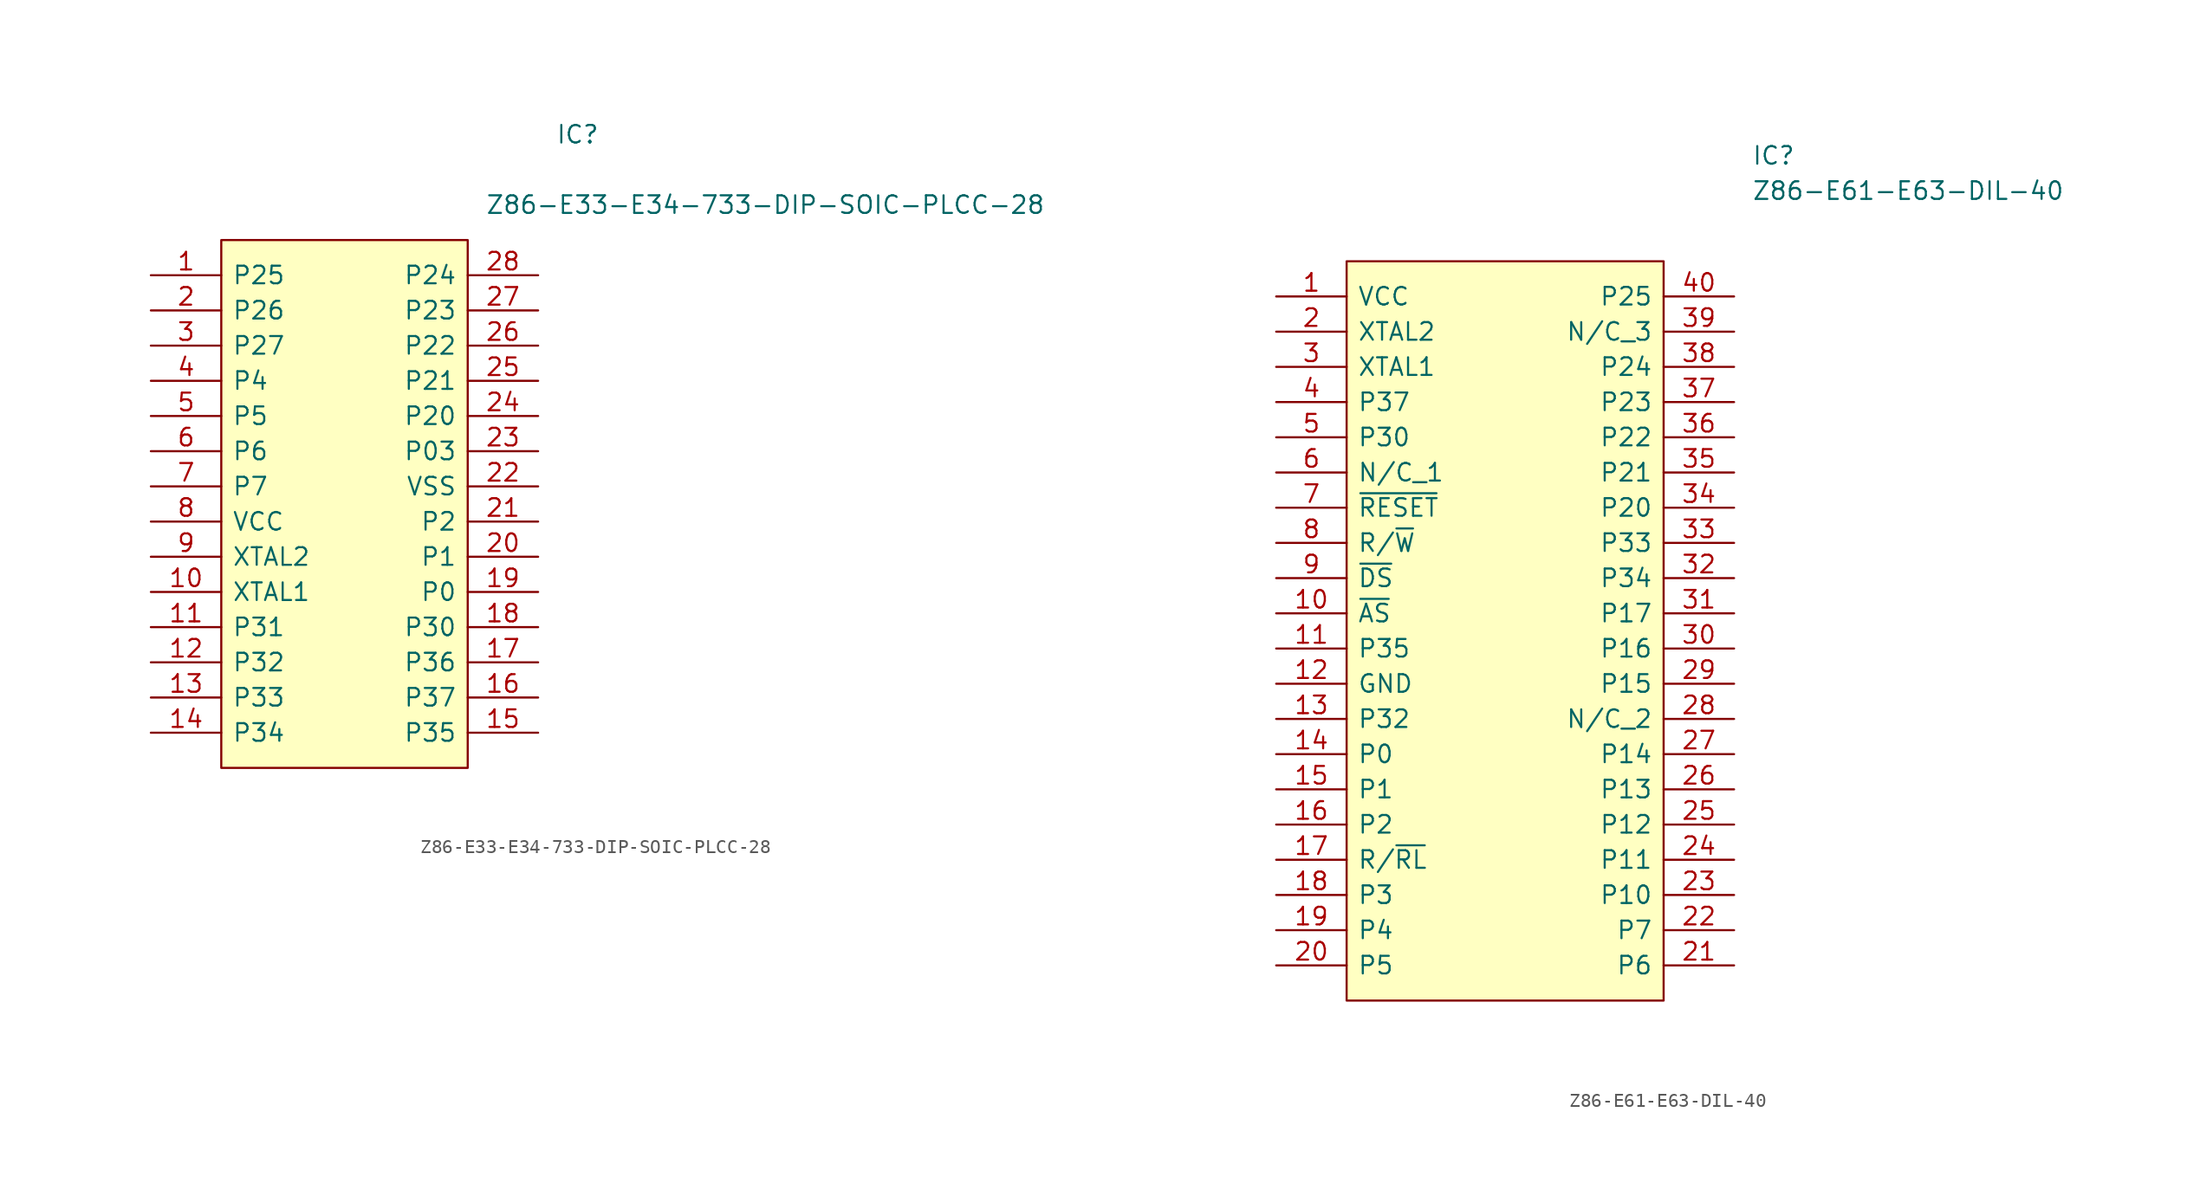
<source format=kicad_sym>
(kicad_symbol_lib
  (version 20211014)
  (generator kicad_symbol_editor)
  (symbol "Z86-E33-E34-733-DIP-SOIC-PLCC-28"
    (pin_names
      (offset 0.762))
    (property "Reference" "IC"
      (at 24.13 7.62 0)
      (effects (font (size 1.27 1.27)) (justify left)))
    (property "Value" "Z86-E33-E34-733-DIP-SOIC-PLCC-28"
      (at 19.05 2.54 0)
      (effects (font (size 1.27 1.27)) (justify left)))
    (symbol "Z86-E33-E34-733-DIP-SOIC-PLCC-28_0_0"
      (pin bidirectional line (at -5.08 -2.54 0) (length 5.08) (name "P25" (effects (font (size 1.27 1.27)))) (number "1" (effects (font (size 1.27 1.27)))))
      (pin bidirectional line (at -5.08 -25.4 0) (length 5.08) (name "XTAL1" (effects (font (size 1.27 1.27)))) (number "10" (effects (font (size 1.27 1.27)))))
      (pin bidirectional line (at -5.08 -27.94 0) (length 5.08) (name "P31" (effects (font (size 1.27 1.27)))) (number "11" (effects (font (size 1.27 1.27)))))
      (pin bidirectional line (at -5.08 -30.48 0) (length 5.08) (name "P32" (effects (font (size 1.27 1.27)))) (number "12" (effects (font (size 1.27 1.27)))))
      (pin bidirectional line (at -5.08 -33.02 0) (length 5.08) (name "P33" (effects (font (size 1.27 1.27)))) (number "13" (effects (font (size 1.27 1.27)))))
      (pin bidirectional line (at -5.08 -35.56 0) (length 5.08) (name "P34" (effects (font (size 1.27 1.27)))) (number "14" (effects (font (size 1.27 1.27)))))
      (pin bidirectional line (at 22.86 -35.56 180) (length 5.08) (name "P35" (effects (font (size 1.27 1.27)))) (number "15" (effects (font (size 1.27 1.27)))))
      (pin bidirectional line (at 22.86 -33.02 180) (length 5.08) (name "P37" (effects (font (size 1.27 1.27)))) (number "16" (effects (font (size 1.27 1.27)))))
      (pin bidirectional line (at 22.86 -30.48 180) (length 5.08) (name "P36" (effects (font (size 1.27 1.27)))) (number "17" (effects (font (size 1.27 1.27)))))
      (pin bidirectional line (at 22.86 -27.94 180) (length 5.08) (name "P30" (effects (font (size 1.27 1.27)))) (number "18" (effects (font (size 1.27 1.27)))))
      (pin bidirectional line (at 22.86 -25.4 180) (length 5.08) (name "P0" (effects (font (size 1.27 1.27)))) (number "19" (effects (font (size 1.27 1.27)))))
      (pin bidirectional line (at -5.08 -5.08 0) (length 5.08) (name "P26" (effects (font (size 1.27 1.27)))) (number "2" (effects (font (size 1.27 1.27)))))
      (pin bidirectional line (at 22.86 -22.86 180) (length 5.08) (name "P1" (effects (font (size 1.27 1.27)))) (number "20" (effects (font (size 1.27 1.27)))))
      (pin bidirectional line (at 22.86 -20.32 180) (length 5.08) (name "P2" (effects (font (size 1.27 1.27)))) (number "21" (effects (font (size 1.27 1.27)))))
      (pin bidirectional line (at 22.86 -17.78 180) (length 5.08) (name "VSS" (effects (font (size 1.27 1.27)))) (number "22" (effects (font (size 1.27 1.27)))))
      (pin bidirectional line (at 22.86 -15.24 180) (length 5.08) (name "P03" (effects (font (size 1.27 1.27)))) (number "23" (effects (font (size 1.27 1.27)))))
      (pin bidirectional line (at 22.86 -12.7 180) (length 5.08) (name "P20" (effects (font (size 1.27 1.27)))) (number "24" (effects (font (size 1.27 1.27)))))
      (pin bidirectional line (at 22.86 -10.16 180) (length 5.08) (name "P21" (effects (font (size 1.27 1.27)))) (number "25" (effects (font (size 1.27 1.27)))))
      (pin bidirectional line (at 22.86 -7.62 180) (length 5.08) (name "P22" (effects (font (size 1.27 1.27)))) (number "26" (effects (font (size 1.27 1.27)))))
      (pin bidirectional line (at 22.86 -5.08 180) (length 5.08) (name "P23" (effects (font (size 1.27 1.27)))) (number "27" (effects (font (size 1.27 1.27)))))
      (pin bidirectional line (at 22.86 -2.54 180) (length 5.08) (name "P24" (effects (font (size 1.27 1.27)))) (number "28" (effects (font (size 1.27 1.27)))))
      (pin bidirectional line (at -5.08 -7.62 0) (length 5.08) (name "P27" (effects (font (size 1.27 1.27)))) (number "3" (effects (font (size 1.27 1.27)))))
      (pin bidirectional line (at -5.08 -10.16 0) (length 5.08) (name "P4" (effects (font (size 1.27 1.27)))) (number "4" (effects (font (size 1.27 1.27)))))
      (pin bidirectional line (at -5.08 -12.7 0) (length 5.08) (name "P5" (effects (font (size 1.27 1.27)))) (number "5" (effects (font (size 1.27 1.27)))))
      (pin bidirectional line (at -5.08 -15.24 0) (length 5.08) (name "P6" (effects (font (size 1.27 1.27)))) (number "6" (effects (font (size 1.27 1.27)))))
      (pin bidirectional line (at -5.08 -17.78 0) (length 5.08) (name "P7" (effects (font (size 1.27 1.27)))) (number "7" (effects (font (size 1.27 1.27)))))
      (pin bidirectional line (at -5.08 -20.32 0) (length 5.08) (name "VCC" (effects (font (size 1.27 1.27)))) (number "8" (effects (font (size 1.27 1.27)))))
      (pin bidirectional line (at -5.08 -22.86 0) (length 5.08) (name "XTAL2" (effects (font (size 1.27 1.27)))) (number "9" (effects (font (size 1.27 1.27))))))
    (symbol "Z86-E33-E34-733-DIP-SOIC-PLCC-28_0_1"
      (polyline (pts (xy 0 0) (xy 17.78 0) (xy 17.78 -38.1) (xy 0 -38.1) (xy 0 0)) (stroke (width 0.152) (type solid)) (fill (type background)))))
  (symbol "Z86-E61-E63-DIL-40"
    (pin_names
      (offset 0.762))
    (property "Reference" "IC"
      (at 29.21 7.62 0)
      (effects (font (size 1.27 1.27)) (justify left)))
    (property "Value" "Z86-E61-E63-DIL-40"
      (at 29.21 5.08 0)
      (effects (font (size 1.27 1.27)) (justify left)))
    (symbol "Z86-E61-E63-DIL-40_0_0"
      (pin bidirectional line (at -5.08 -2.54 0) (length 5.08) (name "VCC" (effects (font (size 1.27 1.27)))) (number "1" (effects (font (size 1.27 1.27)))))
      (pin bidirectional line (at -5.08 -25.4 0) (length 5.08) (name "~{AS}" (effects (font (size 1.27 1.27)))) (number "10" (effects (font (size 1.27 1.27)))))
      (pin bidirectional line (at -5.08 -27.94 0) (length 5.08) (name "P35" (effects (font (size 1.27 1.27)))) (number "11" (effects (font (size 1.27 1.27)))))
      (pin bidirectional line (at -5.08 -30.48 0) (length 5.08) (name "GND" (effects (font (size 1.27 1.27)))) (number "12" (effects (font (size 1.27 1.27)))))
      (pin bidirectional line (at -5.08 -33.02 0) (length 5.08) (name "P32" (effects (font (size 1.27 1.27)))) (number "13" (effects (font (size 1.27 1.27)))))
      (pin bidirectional line (at -5.08 -35.56 0) (length 5.08) (name "P0" (effects (font (size 1.27 1.27)))) (number "14" (effects (font (size 1.27 1.27)))))
      (pin bidirectional line (at -5.08 -38.1 0) (length 5.08) (name "P1" (effects (font (size 1.27 1.27)))) (number "15" (effects (font (size 1.27 1.27)))))
      (pin bidirectional line (at -5.08 -40.64 0) (length 5.08) (name "P2" (effects (font (size 1.27 1.27)))) (number "16" (effects (font (size 1.27 1.27)))))
      (pin bidirectional line (at -5.08 -43.18 0) (length 5.08) (name "R/~{RL}" (effects (font (size 1.27 1.27)))) (number "17" (effects (font (size 1.27 1.27)))))
      (pin bidirectional line (at -5.08 -45.72 0) (length 5.08) (name "P3" (effects (font (size 1.27 1.27)))) (number "18" (effects (font (size 1.27 1.27)))))
      (pin bidirectional line (at -5.08 -48.26 0) (length 5.08) (name "P4" (effects (font (size 1.27 1.27)))) (number "19" (effects (font (size 1.27 1.27)))))
      (pin bidirectional line (at -5.08 -5.08 0) (length 5.08) (name "XTAL2" (effects (font (size 1.27 1.27)))) (number "2" (effects (font (size 1.27 1.27)))))
      (pin bidirectional line (at -5.08 -50.8 0) (length 5.08) (name "P5" (effects (font (size 1.27 1.27)))) (number "20" (effects (font (size 1.27 1.27)))))
      (pin bidirectional line (at 27.94 -50.8 180) (length 5.08) (name "P6" (effects (font (size 1.27 1.27)))) (number "21" (effects (font (size 1.27 1.27)))))
      (pin bidirectional line (at 27.94 -48.26 180) (length 5.08) (name "P7" (effects (font (size 1.27 1.27)))) (number "22" (effects (font (size 1.27 1.27)))))
      (pin bidirectional line (at 27.94 -45.72 180) (length 5.08) (name "P10" (effects (font (size 1.27 1.27)))) (number "23" (effects (font (size 1.27 1.27)))))
      (pin bidirectional line (at 27.94 -43.18 180) (length 5.08) (name "P11" (effects (font (size 1.27 1.27)))) (number "24" (effects (font (size 1.27 1.27)))))
      (pin bidirectional line (at 27.94 -40.64 180) (length 5.08) (name "P12" (effects (font (size 1.27 1.27)))) (number "25" (effects (font (size 1.27 1.27)))))
      (pin bidirectional line (at 27.94 -38.1 180) (length 5.08) (name "P13" (effects (font (size 1.27 1.27)))) (number "26" (effects (font (size 1.27 1.27)))))
      (pin bidirectional line (at 27.94 -35.56 180) (length 5.08) (name "P14" (effects (font (size 1.27 1.27)))) (number "27" (effects (font (size 1.27 1.27)))))
      (pin bidirectional line (at 27.94 -33.02 180) (length 5.08) (name "N/C_2" (effects (font (size 1.27 1.27)))) (number "28" (effects (font (size 1.27 1.27)))))
      (pin bidirectional line (at 27.94 -30.48 180) (length 5.08) (name "P15" (effects (font (size 1.27 1.27)))) (number "29" (effects (font (size 1.27 1.27)))))
      (pin bidirectional line (at -5.08 -7.62 0) (length 5.08) (name "XTAL1" (effects (font (size 1.27 1.27)))) (number "3" (effects (font (size 1.27 1.27)))))
      (pin bidirectional line (at 27.94 -27.94 180) (length 5.08) (name "P16" (effects (font (size 1.27 1.27)))) (number "30" (effects (font (size 1.27 1.27)))))
      (pin bidirectional line (at 27.94 -25.4 180) (length 5.08) (name "P17" (effects (font (size 1.27 1.27)))) (number "31" (effects (font (size 1.27 1.27)))))
      (pin bidirectional line (at 27.94 -22.86 180) (length 5.08) (name "P34" (effects (font (size 1.27 1.27)))) (number "32" (effects (font (size 1.27 1.27)))))
      (pin bidirectional line (at 27.94 -20.32 180) (length 5.08) (name "P33" (effects (font (size 1.27 1.27)))) (number "33" (effects (font (size 1.27 1.27)))))
      (pin bidirectional line (at 27.94 -17.78 180) (length 5.08) (name "P20" (effects (font (size 1.27 1.27)))) (number "34" (effects (font (size 1.27 1.27)))))
      (pin bidirectional line (at 27.94 -15.24 180) (length 5.08) (name "P21" (effects (font (size 1.27 1.27)))) (number "35" (effects (font (size 1.27 1.27)))))
      (pin bidirectional line (at 27.94 -12.7 180) (length 5.08) (name "P22" (effects (font (size 1.27 1.27)))) (number "36" (effects (font (size 1.27 1.27)))))
      (pin bidirectional line (at 27.94 -10.16 180) (length 5.08) (name "P23" (effects (font (size 1.27 1.27)))) (number "37" (effects (font (size 1.27 1.27)))))
      (pin bidirectional line (at 27.94 -7.62 180) (length 5.08) (name "P24" (effects (font (size 1.27 1.27)))) (number "38" (effects (font (size 1.27 1.27)))))
      (pin bidirectional line (at 27.94 -5.08 180) (length 5.08) (name "N/C_3" (effects (font (size 1.27 1.27)))) (number "39" (effects (font (size 1.27 1.27)))))
      (pin bidirectional line (at -5.08 -10.16 0) (length 5.08) (name "P37" (effects (font (size 1.27 1.27)))) (number "4" (effects (font (size 1.27 1.27)))))
      (pin bidirectional line (at 27.94 -2.54 180) (length 5.08) (name "P25" (effects (font (size 1.27 1.27)))) (number "40" (effects (font (size 1.27 1.27)))))
      (pin bidirectional line (at -5.08 -12.7 0) (length 5.08) (name "P30" (effects (font (size 1.27 1.27)))) (number "5" (effects (font (size 1.27 1.27)))))
      (pin bidirectional line (at -5.08 -15.24 0) (length 5.08) (name "N/C_1" (effects (font (size 1.27 1.27)))) (number "6" (effects (font (size 1.27 1.27)))))
      (pin bidirectional line (at -5.08 -17.78 0) (length 5.08) (name "~{RESET}" (effects (font (size 1.27 1.27)))) (number "7" (effects (font (size 1.27 1.27)))))
      (pin bidirectional line (at -5.08 -20.32 0) (length 5.08) (name "R/~{W}" (effects (font (size 1.27 1.27)))) (number "8" (effects (font (size 1.27 1.27)))))
      (pin bidirectional line (at -5.08 -22.86 0) (length 5.08) (name "~{DS}" (effects (font (size 1.27 1.27)))) (number "9" (effects (font (size 1.27 1.27))))))
    (symbol "Z86-E61-E63-DIL-40_0_1"
      (polyline (pts (xy 0 0) (xy 22.86 0) (xy 22.86 -53.34) (xy 0 -53.34) (xy 0 0)) (stroke (width 0.152) (type solid)) (fill (type background))))))
</source>
